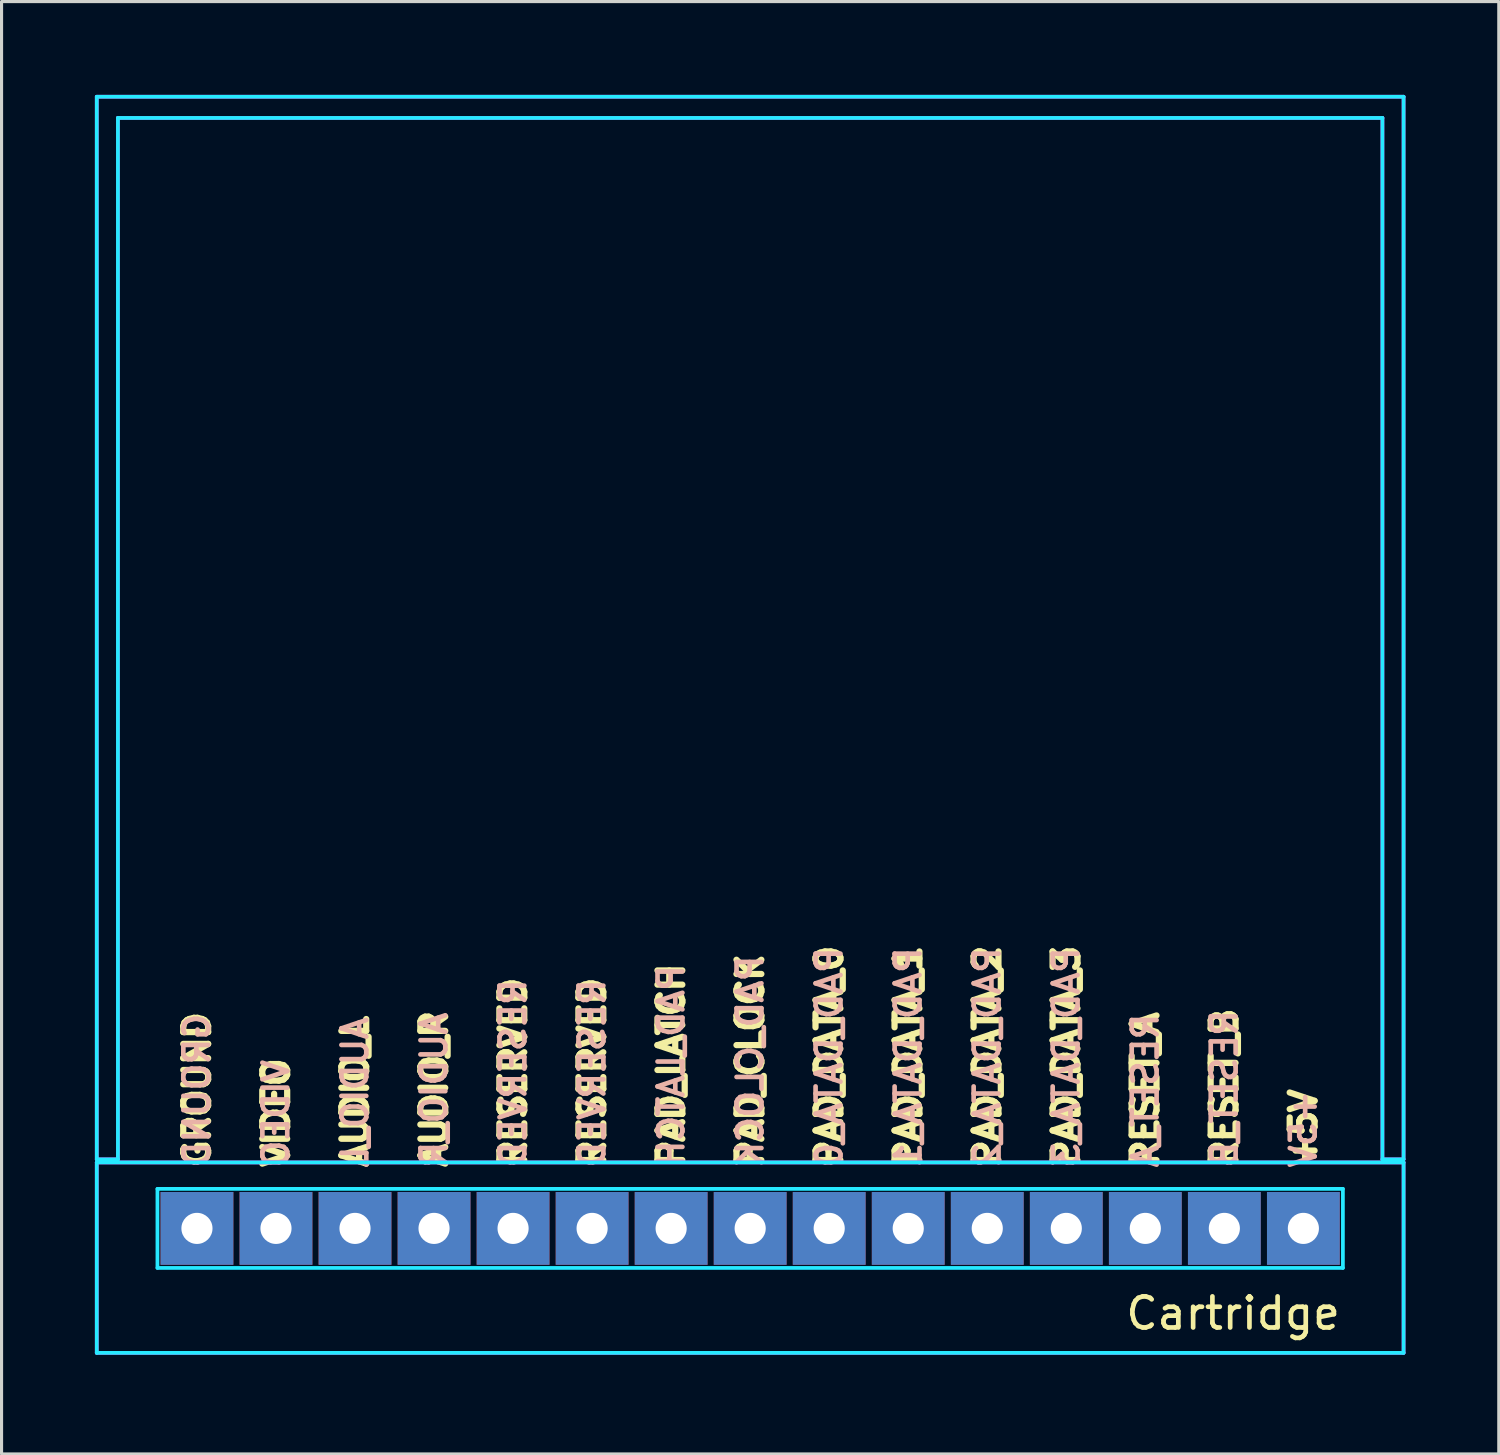
<source format=kicad_pcb>
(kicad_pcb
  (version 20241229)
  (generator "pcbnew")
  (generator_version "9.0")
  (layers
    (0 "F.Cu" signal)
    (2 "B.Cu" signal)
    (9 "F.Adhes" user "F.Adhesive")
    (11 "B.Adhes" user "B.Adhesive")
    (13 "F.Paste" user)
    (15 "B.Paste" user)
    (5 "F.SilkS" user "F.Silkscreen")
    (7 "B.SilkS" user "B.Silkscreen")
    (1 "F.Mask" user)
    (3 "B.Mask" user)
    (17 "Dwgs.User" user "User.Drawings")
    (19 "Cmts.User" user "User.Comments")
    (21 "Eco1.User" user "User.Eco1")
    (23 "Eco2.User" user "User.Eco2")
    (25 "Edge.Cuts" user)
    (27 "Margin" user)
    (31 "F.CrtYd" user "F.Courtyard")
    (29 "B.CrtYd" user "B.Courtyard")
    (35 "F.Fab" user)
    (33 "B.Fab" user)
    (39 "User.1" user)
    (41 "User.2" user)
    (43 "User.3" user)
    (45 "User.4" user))
  (footprint "Cartridge"
    (layer "F.Cu")
    (at 21.06 40.43)
    (property "Reference" "Cartridge" (at 19.05 -1.27 0) (layer "F.SilkS") (effects (font (size 1 1) (thickness 0.15)) (justify right)))
    (attr through_hole)
    (fp_line (start -21 -40.37) (end 21 -40.37) (stroke (width 0.12) (type solid)) (layer "B.CrtYd"))
    (fp_line (start -21 -6.22) (end -21 -40.37) (stroke (width 0.12) (type solid)) (layer "B.CrtYd"))
    (fp_line (start -21 -6.22) (end -20.32 -6.22) (stroke (width 0.12) (type solid)) (layer "B.CrtYd"))
    (fp_line (start -21 -6.12) (end -21 0) (stroke (width 0.12) (type solid)) (layer "B.CrtYd"))
    (fp_line (start -21 -6.12) (end 21 -6.12) (stroke (width 0.12) (type solid)) (layer "B.CrtYd"))
    (fp_line (start -21 0) (end 21 0) (stroke (width 0.12) (type solid)) (layer "B.CrtYd"))
    (fp_line (start -20.32 -39.69) (end -20.32 -6.22) (stroke (width 0.12) (type solid)) (layer "B.CrtYd"))
    (fp_line (start -19.05 -5.27) (end -19.05 -2.73) (stroke (width 0.12) (type solid)) (layer "B.CrtYd"))
    (fp_line (start -19.05 -2.73) (end 19.05 -2.73) (stroke (width 0.12) (type solid)) (layer "B.CrtYd"))
    (fp_line (start 19.05 -5.27) (end -19.05 -5.27) (stroke (width 0.12) (type solid)) (layer "B.CrtYd"))
    (fp_line (start 19.05 -2.73) (end 19.05 -5.27) (stroke (width 0.12) (type solid)) (layer "B.CrtYd"))
    (fp_line (start 20.32 -39.69) (end -20.32 -39.69) (stroke (width 0.12) (type solid)) (layer "B.CrtYd"))
    (fp_line (start 20.32 -6.22) (end 20.32 -39.69) (stroke (width 0.12) (type solid)) (layer "B.CrtYd"))
    (fp_line (start 20.32 -6.22) (end 21 -6.22) (stroke (width 0.12) (type solid)) (layer "B.CrtYd"))
    (fp_line (start 21 -40.37) (end 21 -6.22) (stroke (width 0.12) (type solid)) (layer "B.CrtYd"))
    (fp_line (start 21 0) (end 21 -6.12) (stroke (width 0.12) (type solid)) (layer "B.CrtYd"))
    (fp_line (start -21 -40.37) (end 21 -40.37) (stroke (width 0.12) (type solid)) (layer "F.CrtYd"))
    (fp_line (start -21 -6.22) (end -21 -40.37) (stroke (width 0.12) (type solid)) (layer "F.CrtYd"))
    (fp_line (start -21 -6.12) (end -21 0) (stroke (width 0.12) (type solid)) (layer "F.CrtYd"))
    (fp_line (start -21 -6.12) (end 21 -6.12) (stroke (width 0.12) (type solid)) (layer "F.CrtYd"))
    (fp_line (start -21 0) (end 21 0) (stroke (width 0.12) (type solid)) (layer "F.CrtYd"))
    (fp_line (start -20.32 -39.69) (end -20.32 -6.22) (stroke (width 0.12) (type solid)) (layer "F.CrtYd"))
    (fp_line (start -20.32 -6.22) (end -21 -6.22) (stroke (width 0.12) (type solid)) (layer "F.CrtYd"))
    (fp_line (start 20.32 -39.69) (end -20.32 -39.69) (stroke (width 0.12) (type solid)) (layer "F.CrtYd"))
    (fp_line (start 20.32 -6.22) (end 20.32 -39.69) (stroke (width 0.12) (type solid)) (layer "F.CrtYd"))
    (fp_line (start 20.32 -6.22) (end 21 -6.22) (stroke (width 0.12) (type solid)) (layer "F.CrtYd"))
    (fp_line (start 21 -40.37) (end 21 -6.22) (stroke (width 0.12) (type solid)) (layer "F.CrtYd"))
    (fp_line (start 21 0) (end 21 -6.12) (stroke (width 0.12) (type solid)) (layer "F.CrtYd"))
    (fp_text user "AUDIO_R" (at -10.16 -5.874 90) (layer "F.SilkS") (effects (font (size 0.8 0.8) (thickness 0.2)) (justify left)))
    (fp_text user "PAD_DATA_0" (at 2.54 -5.874 90) (layer "F.SilkS") (effects (font (size 0.8 0.8) (thickness 0.2)) (justify left)))
    (fp_text user "RESERVED" (at -5.08 -5.874 90) (layer "F.SilkS") (effects (font (size 0.8 0.8) (thickness 0.2)) (justify left)))
    (fp_text user "PAD_CLOCK" (at 0 -5.874 90) (layer "F.SilkS") (effects (font (size 0.8 0.8) (thickness 0.2)) (justify left)))
    (fp_text user "VIDEO" (at -15.24 -5.874 90) (layer "F.SilkS") (effects (font (size 0.8 0.8) (thickness 0.2)) (justify left)))
    (fp_text user "PAD_DATA_3" (at 10.16 -5.874 90) (layer "F.SilkS") (effects (font (size 0.8 0.8) (thickness 0.2)) (justify left)))
    (fp_text user "PAD_DATA_2" (at 7.62 -5.874 90) (layer "F.SilkS") (effects (font (size 0.8 0.8) (thickness 0.2)) (justify left)))
    (fp_text user "GROUND" (at -17.78 -5.874 90) (layer "F.SilkS") (effects (font (size 0.8 0.8) (thickness 0.2)) (justify left)))
    (fp_text user "RESERVED" (at -7.62 -5.874 90) (layer "F.SilkS") (effects (font (size 0.8 0.8) (thickness 0.2)) (justify left)))
    (fp_text user "RESET_A" (at 12.7 -5.874 90) (layer "F.SilkS") (effects (font (size 0.8 0.8) (thickness 0.2)) (justify left)))
    (fp_text user "+5V" (at 17.78 -5.874 90) (layer "F.SilkS") (effects (font (size 0.8 0.8) (thickness 0.2)) (justify left)))
    (fp_text user "RESET_B" (at 15.24 -5.874 90) (layer "F.SilkS") (effects (font (size 0.8 0.8) (thickness 0.2)) (justify left)))
    (fp_text user "PAD_LATCH" (at -2.54 -5.874 90) (layer "F.SilkS") (effects (font (size 0.8 0.8) (thickness 0.2)) (justify left)))
    (fp_text user "AUDIO_L" (at -12.7 -5.874 90) (layer "F.SilkS") (effects (font (size 0.8 0.8) (thickness 0.2)) (justify left)))
    (fp_text user "PAD_DATA_1" (at 5.08 -5.874 90) (layer "F.SilkS") (effects (font (size 0.8 0.8) (thickness 0.2)) (justify left)))
    (fp_text user "VIDEO" (at -15.24 -5.874 90) (layer "B.SilkS") (effects (font (size 0.8 0.8) (thickness 0.15)) (justify right mirror)))
    (fp_text user "PAD_CLOCK" (at 0 -5.874 90) (layer "B.SilkS") (effects (font (size 0.8 0.8) (thickness 0.15)) (justify right mirror)))
    (fp_text user "RESERVED" (at -5.08 -5.874 90) (layer "B.SilkS") (effects (font (size 0.8 0.8) (thickness 0.15)) (justify right mirror)))
    (fp_text user "PAD_DATA_2" (at 7.62 -5.874 90) (layer "B.SilkS") (effects (font (size 0.8 0.8) (thickness 0.15)) (justify right mirror)))
    (fp_text user "PAD_DATA_1" (at 5.08 -5.874 90) (layer "B.SilkS") (effects (font (size 0.8 0.8) (thickness 0.15)) (justify right mirror)))
    (fp_text user "RESET_A" (at 12.7 -5.874 90) (layer "B.SilkS") (effects (font (size 0.8 0.8) (thickness 0.15)) (justify right mirror)))
    (fp_text user "GROUND" (at -17.78 -5.874 90) (layer "B.SilkS") (effects (font (size 0.8 0.8) (thickness 0.15)) (justify right mirror)))
    (fp_text user "PAD_LATCH" (at -2.54 -5.874 90) (layer "B.SilkS") (effects (font (size 0.8 0.8) (thickness 0.15)) (justify right mirror)))
    (fp_text user "AUDIO_L" (at -12.7 -5.874 90) (layer "B.SilkS") (effects (font (size 0.8 0.8) (thickness 0.15)) (justify right mirror)))
    (fp_text user "AUDIO_R" (at -10.16 -5.874 90) (layer "B.SilkS") (effects (font (size 0.8 0.8) (thickness 0.15)) (justify right mirror)))
    (fp_text user "RESERVED" (at -7.62 -5.874 90) (layer "B.SilkS") (effects (font (size 0.8 0.8) (thickness 0.15)) (justify right mirror)))
    (fp_text user "+5V" (at 17.78 -5.874 90) (layer "B.SilkS") (effects (font (size 0.8 0.8) (thickness 0.15)) (justify right mirror)))
    (fp_text user "PAD_DATA_0" (at 2.54 -5.874 90) (layer "B.SilkS") (effects (font (size 0.8 0.8) (thickness 0.15)) (justify right mirror)))
    (fp_text user "PAD_DATA_3" (at 10.16 -5.874 90) (layer "B.SilkS") (effects (font (size 0.8 0.8) (thickness 0.15)) (justify right mirror)))
    (fp_text user "RESET_B" (at 15.24 -5.874 90) (layer "B.SilkS") (effects (font (size 0.8 0.8) (thickness 0.15)) (justify right mirror)))
    (pad "1" thru_hole rect (at -17.78 -4) (size 2.34 2.34) (drill 1) (layers "*.Cu" "*.Mask"))
    (pad "2" thru_hole rect (at -15.24 -4) (size 2.34 2.34) (drill 1) (layers "*.Cu" "*.Mask"))
    (pad "3" thru_hole rect (at -12.7 -4) (size 2.34 2.34) (drill 1) (layers "*.Cu" "*.Mask"))
    (pad "4" thru_hole rect (at -10.16 -4) (size 2.34 2.34) (drill 1) (layers "*.Cu" "*.Mask"))
    (pad "5" thru_hole rect (at -7.62 -4) (size 2.34 2.34) (drill 1) (layers "*.Cu" "*.Mask"))
    (pad "6" thru_hole rect (at -5.08 -4) (size 2.34 2.34) (drill 1) (layers "*.Cu" "*.Mask"))
    (pad "7" thru_hole rect (at -2.54 -4) (size 2.34 2.34) (drill 1) (layers "*.Cu" "*.Mask"))
    (pad "8" thru_hole rect (at 0 -4) (size 2.34 2.34) (drill 1) (layers "*.Cu" "*.Mask"))
    (pad "9" thru_hole rect (at 2.54 -4) (size 2.34 2.34) (drill 1) (layers "*.Cu" "*.Mask"))
    (pad "10" thru_hole rect (at 5.08 -4) (size 2.34 2.34) (drill 1) (layers "*.Cu" "*.Mask"))
    (pad "11" thru_hole rect (at 7.62 -4) (size 2.34 2.34) (drill 1) (layers "*.Cu" "*.Mask"))
    (pad "12" thru_hole rect (at 10.16 -4) (size 2.34 2.34) (drill 1) (layers "*.Cu" "*.Mask"))
    (pad "13" thru_hole rect (at 12.7 -4) (size 2.34 2.34) (drill 1) (layers "*.Cu" "*.Mask"))
    (pad "14" thru_hole rect (at 15.24 -4) (size 2.34 2.34) (drill 1) (layers "*.Cu" "*.Mask"))
    (pad "15" thru_hole rect (at 17.78 -4) (size 2.34 2.34) (drill 1) (layers "*.Cu" "*.Mask")))
  (gr_rect
    (start -3 -3)
    (end 45.12 43.68)
    (stroke (width 0.1) (type default))
    (fill no)
    (layer "Edge.Cuts")))
</source>
